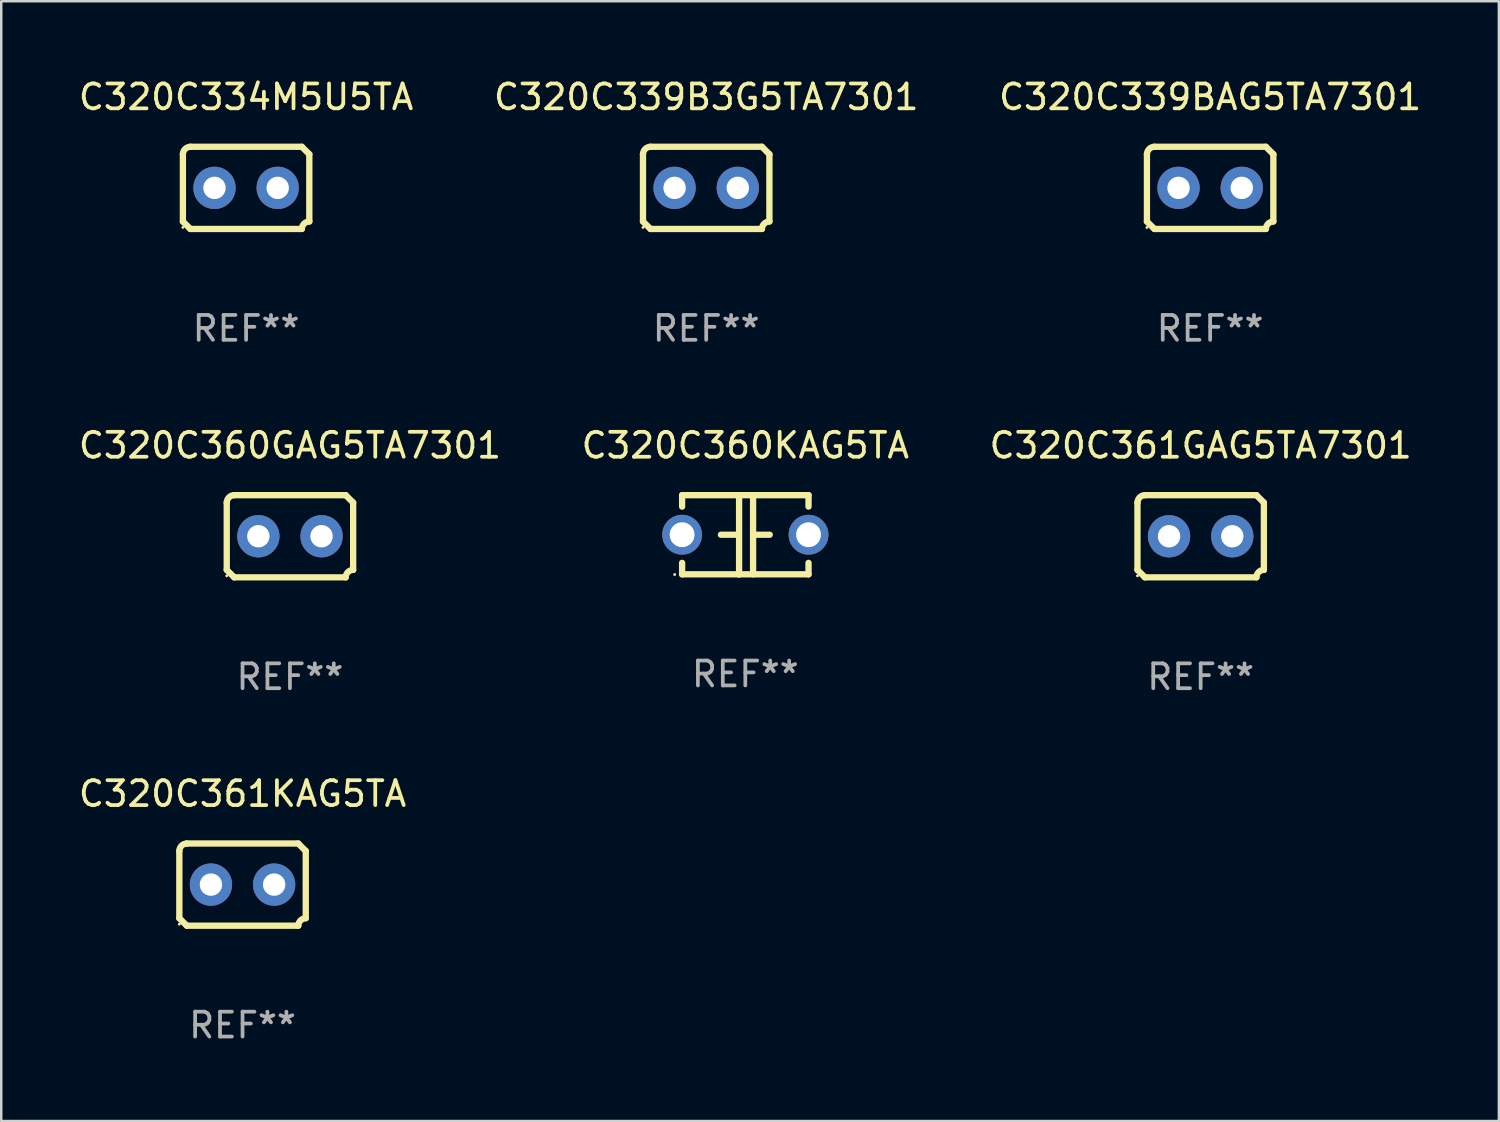
<source format=kicad_pcb>
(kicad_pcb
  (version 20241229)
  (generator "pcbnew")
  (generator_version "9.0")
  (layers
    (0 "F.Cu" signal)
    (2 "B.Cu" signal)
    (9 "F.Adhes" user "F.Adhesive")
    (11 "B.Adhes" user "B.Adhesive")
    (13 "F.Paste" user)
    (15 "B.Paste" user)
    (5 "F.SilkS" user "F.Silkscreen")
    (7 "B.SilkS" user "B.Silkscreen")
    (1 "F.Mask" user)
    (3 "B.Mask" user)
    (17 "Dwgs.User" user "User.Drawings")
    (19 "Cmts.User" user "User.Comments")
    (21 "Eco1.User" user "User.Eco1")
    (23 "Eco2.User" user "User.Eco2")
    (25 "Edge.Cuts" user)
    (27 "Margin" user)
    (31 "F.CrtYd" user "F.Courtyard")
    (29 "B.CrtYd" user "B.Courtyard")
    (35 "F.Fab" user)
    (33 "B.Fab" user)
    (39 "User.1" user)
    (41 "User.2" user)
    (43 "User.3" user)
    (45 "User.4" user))
  (footprint "C320C361KAG5TA"
    (layer "F.Cu")
    (at 6.696 32.496)
    (property "Reference" "C320C361KAG5TA" (at 0 -3.651 0) (layer "F.SilkS") (effects (font (size 1 1) (thickness 0.15))))
    (attr through_hole)
    (fp_line (start -2.54 -1.351) (end -2.54 1.351) (stroke (width 0.254) (type solid)) (layer "F.SilkS"))
    (fp_line (start -2.24 -1.651) (end 2.24 -1.651) (stroke (width 0.254) (type solid)) (layer "F.SilkS"))
    (fp_line (start 2.24 1.651) (end -2.24 1.651) (stroke (width 0.254) (type solid)) (layer "F.SilkS"))
    (fp_line (start 2.54 1.351) (end 2.54 -1.351) (stroke (width 0.254) (type solid)) (layer "F.SilkS"))
    (fp_arc (start -2.540005 -1.351283) (mid -2.450115 -1.561309) (end -2.240005 -1.651003) (stroke (width 0.254001) (type solid)) (layer "F.SilkS"))
    (fp_arc (start -2.240287 1.651001) (mid -2.390163 1.501019) (end -2.540005 1.351003) (stroke (width 0.254001) (type solid)) (layer "F.SilkS"))
    (fp_arc (start 2.240005 1.651003) (mid 2.329934 1.441015) (end 2.540005 1.351282) (stroke (width 0.254001) (type solid)) (layer "F.SilkS"))
    (fp_arc (start 2.540005 -1.351003) (mid 2.389393 -1.500252) (end 2.240284 -1.651003) (stroke (width 0.254001) (type solid)) (layer "F.SilkS"))
    (fp_circle (center -2.54 1.59) (end -2.51 1.59) (stroke (width 0.06) (type solid)) (fill no) (layer "F.SilkS"))
    (fp_text user "REF**" (at 0 5.651 0) (layer "F.Fab") (effects (font (size 1 1) (thickness 0.15))))
    (pad "1" thru_hole circle (at -1.27 0) (size 1.7 1.7) (drill 0.9) (layers "*.Cu" "*.Mask"))
    (pad "2" thru_hole circle (at 1.27 0) (size 1.7 1.7) (drill 0.9) (layers "*.Cu" "*.Mask")))
  (footprint "C320C360GAG5TA7301"
    (layer "F.Cu")
    (at 8.601 18.498)
    (property "Reference" "C320C360GAG5TA7301" (at 0 -3.651 0) (layer "F.SilkS") (effects (font (size 1 1) (thickness 0.15))))
    (attr through_hole)
    (fp_line (start -2.54 -1.351) (end -2.54 1.351) (stroke (width 0.254) (type solid)) (layer "F.SilkS"))
    (fp_line (start -2.24 -1.651) (end 2.24 -1.651) (stroke (width 0.254) (type solid)) (layer "F.SilkS"))
    (fp_line (start 2.24 1.651) (end -2.24 1.651) (stroke (width 0.254) (type solid)) (layer "F.SilkS"))
    (fp_line (start 2.54 1.351) (end 2.54 -1.351) (stroke (width 0.254) (type solid)) (layer "F.SilkS"))
    (fp_arc (start -2.540005 -1.351283) (mid -2.450115 -1.561309) (end -2.240005 -1.651003) (stroke (width 0.254001) (type solid)) (layer "F.SilkS"))
    (fp_arc (start -2.240287 1.651001) (mid -2.390163 1.501019) (end -2.540005 1.351003) (stroke (width 0.254001) (type solid)) (layer "F.SilkS"))
    (fp_arc (start 2.240005 1.651003) (mid 2.329934 1.441015) (end 2.540005 1.351282) (stroke (width 0.254001) (type solid)) (layer "F.SilkS"))
    (fp_arc (start 2.540005 -1.351003) (mid 2.389393 -1.500252) (end 2.240284 -1.651003) (stroke (width 0.254001) (type solid)) (layer "F.SilkS"))
    (fp_circle (center -2.54 1.59) (end -2.51 1.59) (stroke (width 0.06) (type solid)) (fill no) (layer "F.SilkS"))
    (fp_text user "REF**" (at 0 5.651 0) (layer "F.Fab") (effects (font (size 1 1) (thickness 0.15))))
    (pad "1" thru_hole circle (at -1.27 0) (size 1.7 1.7) (drill 0.9) (layers "*.Cu" "*.Mask"))
    (pad "2" thru_hole circle (at 1.27 0) (size 1.7 1.7) (drill 0.9) (layers "*.Cu" "*.Mask")))
  (footprint "C320C361GAG5TA7301"
    (layer "F.Cu")
    (at 45.196 18.498)
    (property "Reference" "C320C361GAG5TA7301" (at 0 -3.651 0) (layer "F.SilkS") (effects (font (size 1 1) (thickness 0.15))))
    (attr through_hole)
    (fp_line (start -2.54 -1.351) (end -2.54 1.351) (stroke (width 0.254) (type solid)) (layer "F.SilkS"))
    (fp_line (start -2.24 -1.651) (end 2.24 -1.651) (stroke (width 0.254) (type solid)) (layer "F.SilkS"))
    (fp_line (start 2.24 1.651) (end -2.24 1.651) (stroke (width 0.254) (type solid)) (layer "F.SilkS"))
    (fp_line (start 2.54 1.351) (end 2.54 -1.351) (stroke (width 0.254) (type solid)) (layer "F.SilkS"))
    (fp_arc (start -2.540005 -1.351283) (mid -2.450115 -1.561309) (end -2.240005 -1.651003) (stroke (width 0.254001) (type solid)) (layer "F.SilkS"))
    (fp_arc (start -2.240287 1.651001) (mid -2.390163 1.501019) (end -2.540005 1.351003) (stroke (width 0.254001) (type solid)) (layer "F.SilkS"))
    (fp_arc (start 2.240005 1.651003) (mid 2.329934 1.441015) (end 2.540005 1.351282) (stroke (width 0.254001) (type solid)) (layer "F.SilkS"))
    (fp_arc (start 2.540005 -1.351003) (mid 2.389393 -1.500252) (end 2.240284 -1.651003) (stroke (width 0.254001) (type solid)) (layer "F.SilkS"))
    (fp_circle (center -2.54 1.59) (end -2.51 1.59) (stroke (width 0.06) (type solid)) (fill no) (layer "F.SilkS"))
    (fp_text user "REF**" (at 0 5.651 0) (layer "F.Fab") (effects (font (size 1 1) (thickness 0.15))))
    (pad "1" thru_hole circle (at -1.27 0) (size 1.7 1.7) (drill 0.9) (layers "*.Cu" "*.Mask"))
    (pad "2" thru_hole circle (at 1.27 0) (size 1.7 1.7) (drill 0.9) (layers "*.Cu" "*.Mask")))
  (footprint "C320C339BAG5TA7301"
    (layer "F.Cu")
    (at 45.577 4.499)
    (property "Reference" "C320C339BAG5TA7301" (at 0 -3.651 0) (layer "F.SilkS") (effects (font (size 1 1) (thickness 0.15))))
    (attr through_hole)
    (fp_line (start -2.54 -1.351) (end -2.54 1.351) (stroke (width 0.254) (type solid)) (layer "F.SilkS"))
    (fp_line (start -2.24 -1.651) (end 2.24 -1.651) (stroke (width 0.254) (type solid)) (layer "F.SilkS"))
    (fp_line (start 2.24 1.651) (end -2.24 1.651) (stroke (width 0.254) (type solid)) (layer "F.SilkS"))
    (fp_line (start 2.54 1.351) (end 2.54 -1.351) (stroke (width 0.254) (type solid)) (layer "F.SilkS"))
    (fp_arc (start -2.540005 -1.351283) (mid -2.450115 -1.561309) (end -2.240005 -1.651003) (stroke (width 0.254001) (type solid)) (layer "F.SilkS"))
    (fp_arc (start -2.240287 1.651001) (mid -2.390163 1.501019) (end -2.540005 1.351003) (stroke (width 0.254001) (type solid)) (layer "F.SilkS"))
    (fp_arc (start 2.240005 1.651003) (mid 2.329934 1.441015) (end 2.540005 1.351282) (stroke (width 0.254001) (type solid)) (layer "F.SilkS"))
    (fp_arc (start 2.540005 -1.351003) (mid 2.389393 -1.500252) (end 2.240284 -1.651003) (stroke (width 0.254001) (type solid)) (layer "F.SilkS"))
    (fp_circle (center -2.54 1.59) (end -2.51 1.59) (stroke (width 0.06) (type solid)) (fill no) (layer "F.SilkS"))
    (fp_text user "REF**" (at 0 5.651 0) (layer "F.Fab") (effects (font (size 1 1) (thickness 0.15))))
    (pad "1" thru_hole circle (at -1.27 0) (size 1.7 1.7) (drill 0.9) (layers "*.Cu" "*.Mask"))
    (pad "2" thru_hole circle (at 1.27 0) (size 1.7 1.7) (drill 0.9) (layers "*.Cu" "*.Mask")))
  (footprint "C320C334M5U5TA"
    (layer "F.Cu")
    (at 6.839 4.499)
    (property "Reference" "C320C334M5U5TA" (at 0 -3.651 0) (layer "F.SilkS") (effects (font (size 1 1) (thickness 0.15))))
    (attr through_hole)
    (fp_line (start -2.54 -1.351) (end -2.54 1.351) (stroke (width 0.254) (type solid)) (layer "F.SilkS"))
    (fp_line (start -2.24 -1.651) (end 2.24 -1.651) (stroke (width 0.254) (type solid)) (layer "F.SilkS"))
    (fp_line (start 2.24 1.651) (end -2.24 1.651) (stroke (width 0.254) (type solid)) (layer "F.SilkS"))
    (fp_line (start 2.54 1.351) (end 2.54 -1.351) (stroke (width 0.254) (type solid)) (layer "F.SilkS"))
    (fp_arc (start -2.540005 -1.351283) (mid -2.450115 -1.561309) (end -2.240005 -1.651003) (stroke (width 0.254001) (type solid)) (layer "F.SilkS"))
    (fp_arc (start -2.240287 1.651001) (mid -2.390163 1.501019) (end -2.540005 1.351003) (stroke (width 0.254001) (type solid)) (layer "F.SilkS"))
    (fp_arc (start 2.240005 1.651003) (mid 2.329934 1.441015) (end 2.540005 1.351282) (stroke (width 0.254001) (type solid)) (layer "F.SilkS"))
    (fp_arc (start 2.540005 -1.351003) (mid 2.389393 -1.500252) (end 2.240284 -1.651003) (stroke (width 0.254001) (type solid)) (layer "F.SilkS"))
    (fp_circle (center -2.54 1.59) (end -2.51 1.59) (stroke (width 0.06) (type solid)) (fill no) (layer "F.SilkS"))
    (fp_text user "REF**" (at 0 5.651 0) (layer "F.Fab") (effects (font (size 1 1) (thickness 0.15))))
    (pad "1" thru_hole circle (at -1.27 0) (size 1.7 1.7) (drill 0.9) (layers "*.Cu" "*.Mask"))
    (pad "2" thru_hole circle (at 1.27 0) (size 1.7 1.7) (drill 0.9) (layers "*.Cu" "*.Mask")))
  (footprint "C320C339B3G5TA7301"
    (layer "F.Cu")
    (at 25.327 4.499)
    (property "Reference" "C320C339B3G5TA7301" (at 0 -3.651 0) (layer "F.SilkS") (effects (font (size 1 1) (thickness 0.15))))
    (attr through_hole)
    (fp_line (start -2.54 -1.351) (end -2.54 1.351) (stroke (width 0.254) (type solid)) (layer "F.SilkS"))
    (fp_line (start -2.24 -1.651) (end 2.24 -1.651) (stroke (width 0.254) (type solid)) (layer "F.SilkS"))
    (fp_line (start 2.24 1.651) (end -2.24 1.651) (stroke (width 0.254) (type solid)) (layer "F.SilkS"))
    (fp_line (start 2.54 1.351) (end 2.54 -1.351) (stroke (width 0.254) (type solid)) (layer "F.SilkS"))
    (fp_arc (start -2.540005 -1.351283) (mid -2.450115 -1.561309) (end -2.240005 -1.651003) (stroke (width 0.254001) (type solid)) (layer "F.SilkS"))
    (fp_arc (start -2.240287 1.651001) (mid -2.390163 1.501019) (end -2.540005 1.351003) (stroke (width 0.254001) (type solid)) (layer "F.SilkS"))
    (fp_arc (start 2.240005 1.651003) (mid 2.329934 1.441015) (end 2.540005 1.351282) (stroke (width 0.254001) (type solid)) (layer "F.SilkS"))
    (fp_arc (start 2.540005 -1.351003) (mid 2.389393 -1.500252) (end 2.240284 -1.651003) (stroke (width 0.254001) (type solid)) (layer "F.SilkS"))
    (fp_circle (center -2.54 1.59) (end -2.51 1.59) (stroke (width 0.06) (type solid)) (fill no) (layer "F.SilkS"))
    (fp_text user "REF**" (at 0 5.651 0) (layer "F.Fab") (effects (font (size 1 1) (thickness 0.15))))
    (pad "1" thru_hole circle (at -1.27 0) (size 1.7 1.7) (drill 0.9) (layers "*.Cu" "*.Mask"))
    (pad "2" thru_hole circle (at 1.27 0) (size 1.7 1.7) (drill 0.9) (layers "*.Cu" "*.Mask")))
  (footprint "C320C360KAG5TA"
    (layer "F.Cu")
    (at 26.899 18.442)
    (property "Reference" "C320C360KAG5TA" (at 0 -3.595 0) (layer "F.SilkS") (effects (font (size 1 1) (thickness 0.15))))
    (attr through_hole)
    (fp_line (start -2.54 -1.595) (end -2.54 -1.136) (stroke (width 0.254) (type solid)) (layer "F.SilkS"))
    (fp_line (start -2.54 -1.595) (end 2.54 -1.595) (stroke (width 0.254) (type solid)) (layer "F.SilkS"))
    (fp_line (start -2.54 1.126) (end -2.54 1.585) (stroke (width 0.254) (type solid)) (layer "F.SilkS"))
    (fp_line (start -0.312 -0.005) (end -0.98 -0.005) (stroke (width 0.254) (type solid)) (layer "F.SilkS"))
    (fp_line (start -0.25 -1.585) (end -0.25 1.595) (stroke (width 0.254) (type solid)) (layer "F.SilkS"))
    (fp_line (start 0.312 -1.595) (end 0.312 1.585) (stroke (width 0.254) (type solid)) (layer "F.SilkS"))
    (fp_line (start 0.312 -0.005) (end 0.98 -0.005) (stroke (width 0.254) (type solid)) (layer "F.SilkS"))
    (fp_line (start 2.54 -1.595) (end 2.54 -1.136) (stroke (width 0.254) (type solid)) (layer "F.SilkS"))
    (fp_line (start 2.54 1.126) (end 2.54 1.585) (stroke (width 0.254) (type solid)) (layer "F.SilkS"))
    (fp_line (start 2.54 1.585) (end -2.54 1.585) (stroke (width 0.254) (type solid)) (layer "F.SilkS"))
    (fp_circle (center -2.84 1.595) (end -2.81 1.595) (stroke (width 0.06) (type solid)) (fill no) (layer "F.SilkS"))
    (fp_text user "REF**" (at 0 5.595 0) (layer "F.Fab") (effects (font (size 1 1) (thickness 0.15))))
    (pad "1" thru_hole circle (at -2.54 -0.005) (size 1.6 1.6) (drill 1) (layers "*.Cu" "*.Mask"))
    (pad "2" thru_hole circle (at 2.54 -0.005) (size 1.6 1.6) (drill 1) (layers "*.Cu" "*.Mask")))
  (gr_rect
    (start -3 -3)
    (end 57.179 41.996)
    (stroke (width 0.1) (type default))
    (fill no)
    (layer "Edge.Cuts")))
</source>
